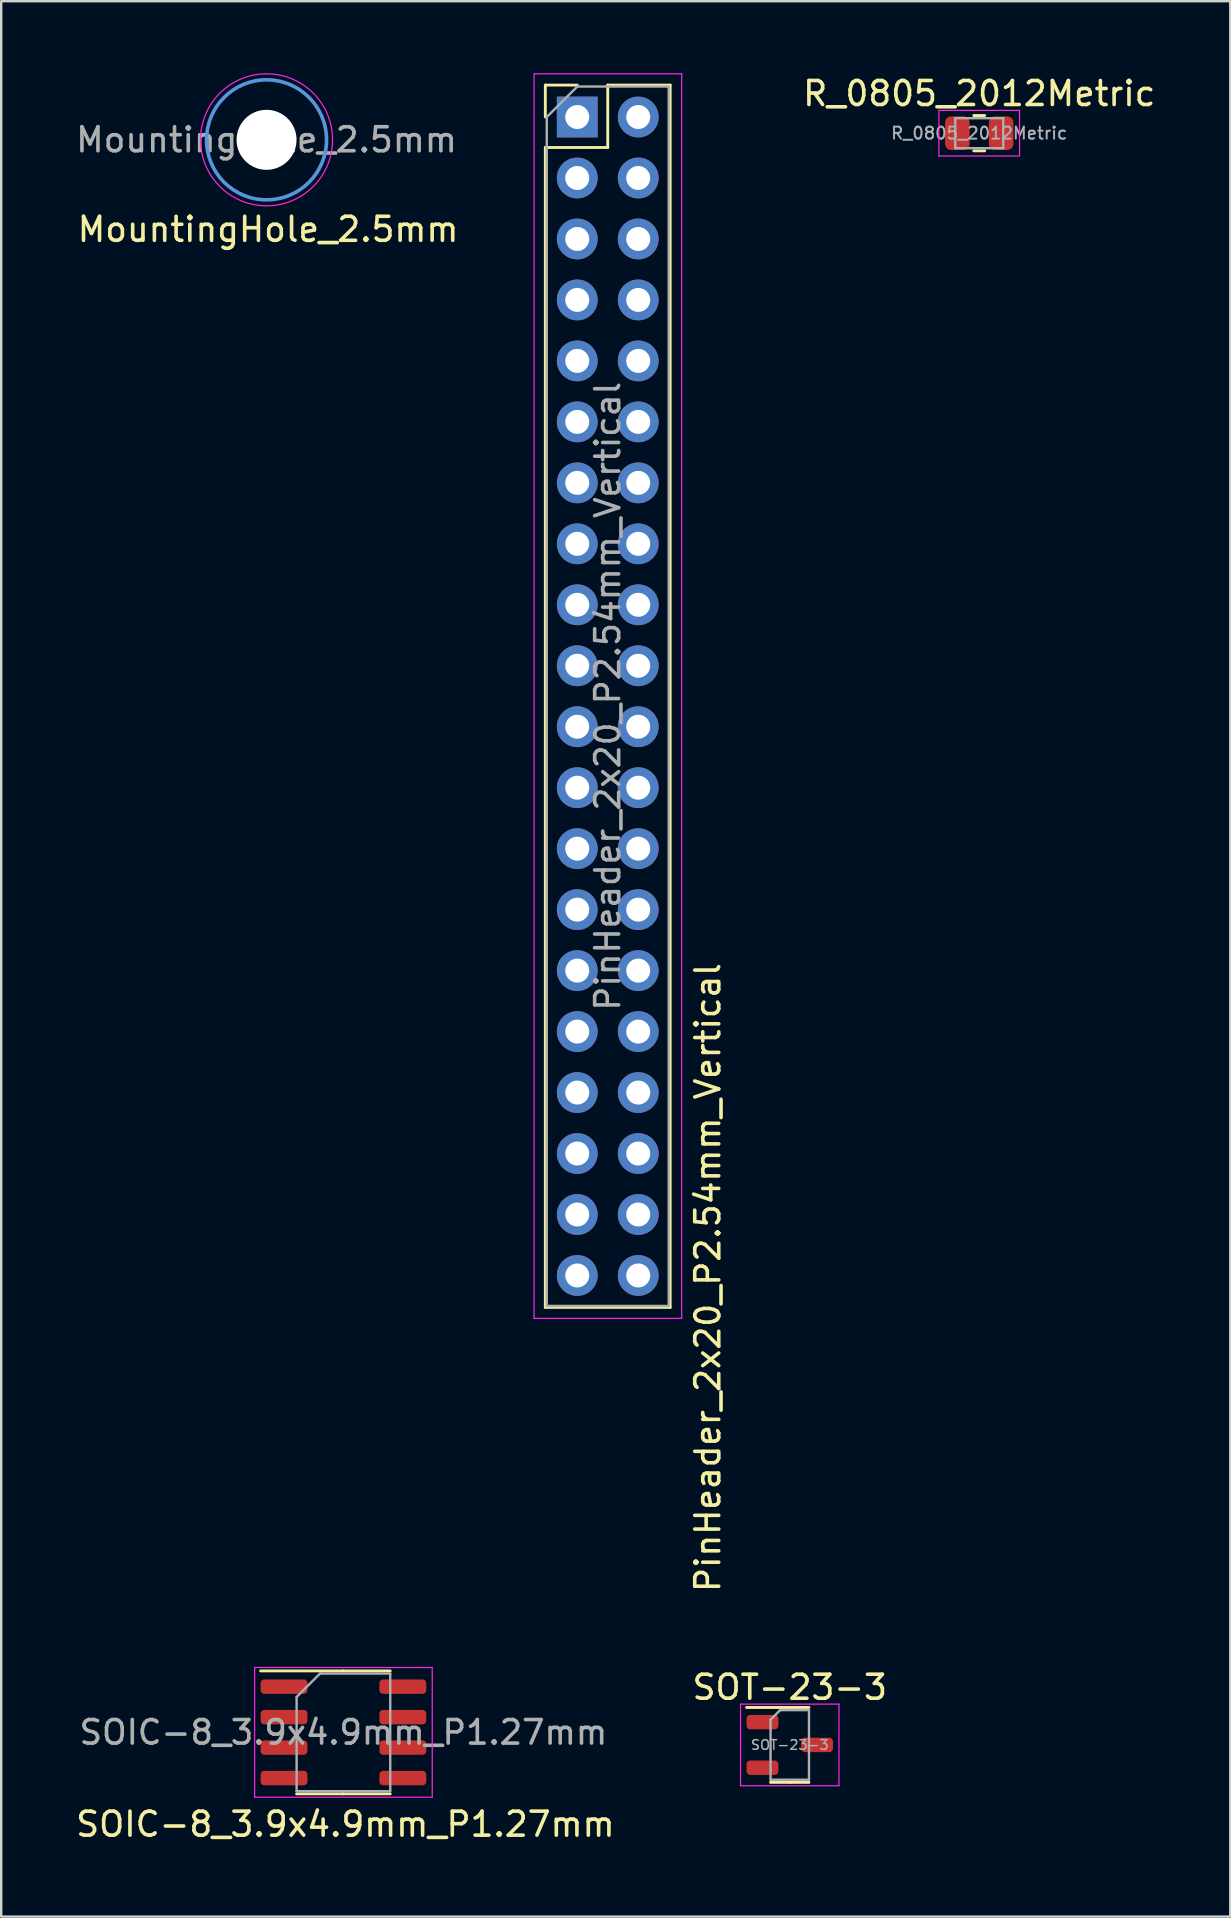
<source format=kicad_pcb>
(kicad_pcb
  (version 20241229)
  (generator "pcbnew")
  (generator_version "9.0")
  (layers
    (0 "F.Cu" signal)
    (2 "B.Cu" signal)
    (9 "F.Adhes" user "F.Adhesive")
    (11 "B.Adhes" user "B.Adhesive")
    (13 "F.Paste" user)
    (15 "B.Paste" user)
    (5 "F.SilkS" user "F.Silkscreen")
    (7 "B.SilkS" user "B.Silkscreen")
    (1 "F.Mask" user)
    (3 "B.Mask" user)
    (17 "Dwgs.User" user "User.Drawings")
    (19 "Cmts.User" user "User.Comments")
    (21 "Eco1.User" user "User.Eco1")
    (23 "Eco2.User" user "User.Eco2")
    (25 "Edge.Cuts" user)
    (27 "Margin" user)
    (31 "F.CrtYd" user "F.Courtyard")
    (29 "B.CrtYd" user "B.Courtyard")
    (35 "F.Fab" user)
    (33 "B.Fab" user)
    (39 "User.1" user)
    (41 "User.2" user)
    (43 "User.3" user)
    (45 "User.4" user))
  (footprint "PinHeader_2x20_P2.54mm_Vertical"
    (layer "F.Cu")
    (at 20.998 1.825)
    (property "Reference" "PinHeader_2x20_P2.54mm_Vertical" (at 5.439 48.348 270) (layer "F.SilkS") (effects (font (size 1 1) (thickness 0.15))))
    (attr through_hole)
    (fp_line (start -1.33 -1.33) (end 0 -1.33) (stroke (width 0.12) (type solid)) (layer "F.SilkS"))
    (fp_line (start -1.33 0) (end -1.33 -1.33) (stroke (width 0.12) (type solid)) (layer "F.SilkS"))
    (fp_line (start -1.33 1.27) (end -1.33 49.59) (stroke (width 0.12) (type solid)) (layer "F.SilkS"))
    (fp_line (start -1.33 1.27) (end 1.27 1.27) (stroke (width 0.12) (type solid)) (layer "F.SilkS"))
    (fp_line (start -1.33 49.59) (end 3.87 49.59) (stroke (width 0.12) (type solid)) (layer "F.SilkS"))
    (fp_line (start 1.27 -1.33) (end 3.87 -1.33) (stroke (width 0.12) (type solid)) (layer "F.SilkS"))
    (fp_line (start 1.27 1.27) (end 1.27 -1.33) (stroke (width 0.12) (type solid)) (layer "F.SilkS"))
    (fp_line (start 3.87 -1.33) (end 3.87 49.59) (stroke (width 0.12) (type solid)) (layer "F.SilkS"))
    (fp_line (start -1.8 -1.8) (end -1.8 50.05) (stroke (width 0.05) (type solid)) (layer "F.CrtYd"))
    (fp_line (start -1.8 50.05) (end 4.35 50.05) (stroke (width 0.05) (type solid)) (layer "F.CrtYd"))
    (fp_line (start 4.35 -1.8) (end -1.8 -1.8) (stroke (width 0.05) (type solid)) (layer "F.CrtYd"))
    (fp_line (start 4.35 50.05) (end 4.35 -1.8) (stroke (width 0.05) (type solid)) (layer "F.CrtYd"))
    (fp_line (start -1.27 0) (end 0 -1.27) (stroke (width 0.1) (type solid)) (layer "F.Fab"))
    (fp_line (start -1.27 49.53) (end -1.27 0) (stroke (width 0.1) (type solid)) (layer "F.Fab"))
    (fp_line (start 0 -1.27) (end 3.81 -1.27) (stroke (width 0.1) (type solid)) (layer "F.Fab"))
    (fp_line (start 3.81 -1.27) (end 3.81 49.53) (stroke (width 0.1) (type solid)) (layer "F.Fab"))
    (fp_line (start 3.81 49.53) (end -1.27 49.53) (stroke (width 0.1) (type solid)) (layer "F.Fab"))
    (fp_text user "${REFERENCE}" (at 1.27 24.13 90) (layer "F.Fab") (effects (font (size 1 1) (thickness 0.15))))
    (pad "1" thru_hole rect (at 0 0) (size 1.7 1.7) (drill 1) (layers "*.Cu" "*.Mask"))
    (pad "2" thru_hole oval (at 2.54 0) (size 1.7 1.7) (drill 1) (layers "*.Cu" "*.Mask"))
    (pad "3" thru_hole oval (at 0 2.54) (size 1.7 1.7) (drill 1) (layers "*.Cu" "*.Mask"))
    (pad "4" thru_hole oval (at 2.54 2.54) (size 1.7 1.7) (drill 1) (layers "*.Cu" "*.Mask"))
    (pad "5" thru_hole oval (at 0 5.08) (size 1.7 1.7) (drill 1) (layers "*.Cu" "*.Mask"))
    (pad "6" thru_hole oval (at 2.54 5.08) (size 1.7 1.7) (drill 1) (layers "*.Cu" "*.Mask"))
    (pad "7" thru_hole oval (at 0 7.62) (size 1.7 1.7) (drill 1) (layers "*.Cu" "*.Mask"))
    (pad "8" thru_hole oval (at 2.54 7.62) (size 1.7 1.7) (drill 1) (layers "*.Cu" "*.Mask"))
    (pad "9" thru_hole oval (at 0 10.16) (size 1.7 1.7) (drill 1) (layers "*.Cu" "*.Mask"))
    (pad "10" thru_hole oval (at 2.54 10.16) (size 1.7 1.7) (drill 1) (layers "*.Cu" "*.Mask"))
    (pad "11" thru_hole oval (at 0 12.7) (size 1.7 1.7) (drill 1) (layers "*.Cu" "*.Mask"))
    (pad "12" thru_hole oval (at 2.54 12.7) (size 1.7 1.7) (drill 1) (layers "*.Cu" "*.Mask"))
    (pad "13" thru_hole oval (at 0 15.24) (size 1.7 1.7) (drill 1) (layers "*.Cu" "*.Mask"))
    (pad "14" thru_hole oval (at 2.54 15.24) (size 1.7 1.7) (drill 1) (layers "*.Cu" "*.Mask"))
    (pad "15" thru_hole oval (at 0 17.78) (size 1.7 1.7) (drill 1) (layers "*.Cu" "*.Mask"))
    (pad "16" thru_hole oval (at 2.54 17.78) (size 1.7 1.7) (drill 1) (layers "*.Cu" "*.Mask"))
    (pad "17" thru_hole oval (at 0 20.32) (size 1.7 1.7) (drill 1) (layers "*.Cu" "*.Mask"))
    (pad "18" thru_hole oval (at 2.54 20.32) (size 1.7 1.7) (drill 1) (layers "*.Cu" "*.Mask"))
    (pad "19" thru_hole oval (at 0 22.86) (size 1.7 1.7) (drill 1) (layers "*.Cu" "*.Mask"))
    (pad "20" thru_hole oval (at 2.54 22.86) (size 1.7 1.7) (drill 1) (layers "*.Cu" "*.Mask"))
    (pad "21" thru_hole oval (at 0 25.4) (size 1.7 1.7) (drill 1) (layers "*.Cu" "*.Mask"))
    (pad "22" thru_hole oval (at 2.54 25.4) (size 1.7 1.7) (drill 1) (layers "*.Cu" "*.Mask"))
    (pad "23" thru_hole oval (at 0 27.94) (size 1.7 1.7) (drill 1) (layers "*.Cu" "*.Mask"))
    (pad "24" thru_hole oval (at 2.54 27.94) (size 1.7 1.7) (drill 1) (layers "*.Cu" "*.Mask"))
    (pad "25" thru_hole oval (at 0 30.48) (size 1.7 1.7) (drill 1) (layers "*.Cu" "*.Mask"))
    (pad "26" thru_hole oval (at 2.54 30.48) (size 1.7 1.7) (drill 1) (layers "*.Cu" "*.Mask"))
    (pad "27" thru_hole oval (at 0 33.02) (size 1.7 1.7) (drill 1) (layers "*.Cu" "*.Mask"))
    (pad "28" thru_hole oval (at 2.54 33.02) (size 1.7 1.7) (drill 1) (layers "*.Cu" "*.Mask"))
    (pad "29" thru_hole oval (at 0 35.56) (size 1.7 1.7) (drill 1) (layers "*.Cu" "*.Mask"))
    (pad "30" thru_hole oval (at 2.54 35.56) (size 1.7 1.7) (drill 1) (layers "*.Cu" "*.Mask"))
    (pad "31" thru_hole oval (at 0 38.1) (size 1.7 1.7) (drill 1) (layers "*.Cu" "*.Mask"))
    (pad "32" thru_hole oval (at 2.54 38.1) (size 1.7 1.7) (drill 1) (layers "*.Cu" "*.Mask"))
    (pad "33" thru_hole oval (at 0 40.64) (size 1.7 1.7) (drill 1) (layers "*.Cu" "*.Mask"))
    (pad "34" thru_hole oval (at 2.54 40.64) (size 1.7 1.7) (drill 1) (layers "*.Cu" "*.Mask"))
    (pad "35" thru_hole oval (at 0 43.18) (size 1.7 1.7) (drill 1) (layers "*.Cu" "*.Mask"))
    (pad "36" thru_hole oval (at 2.54 43.18) (size 1.7 1.7) (drill 1) (layers "*.Cu" "*.Mask"))
    (pad "37" thru_hole oval (at 0 45.72) (size 1.7 1.7) (drill 1) (layers "*.Cu" "*.Mask"))
    (pad "38" thru_hole oval (at 2.54 45.72) (size 1.7 1.7) (drill 1) (layers "*.Cu" "*.Mask"))
    (pad "39" thru_hole oval (at 0 48.26) (size 1.7 1.7) (drill 1) (layers "*.Cu" "*.Mask"))
    (pad "40" thru_hole oval (at 2.54 48.26) (size 1.7 1.7) (drill 1) (layers "*.Cu" "*.Mask")))
  (footprint "SOIC-8_3.9x4.9mm_P1.27mm"
    (layer "F.Cu")
    (at 11.257 69.119)
    (property "Reference" "SOIC-8_3.9x4.9mm_P1.27mm" (at 0.083 3.826 0) (layer "F.SilkS") (effects (font (size 1 1) (thickness 0.15))))
    (attr smd)
    (fp_line (start 0 -2.56) (end -3.45 -2.56) (stroke (width 0.12) (type solid)) (layer "F.SilkS"))
    (fp_line (start 0 -2.56) (end 1.95 -2.56) (stroke (width 0.12) (type solid)) (layer "F.SilkS"))
    (fp_line (start 0 2.56) (end -1.95 2.56) (stroke (width 0.12) (type solid)) (layer "F.SilkS"))
    (fp_line (start 0 2.56) (end 1.95 2.56) (stroke (width 0.12) (type solid)) (layer "F.SilkS"))
    (fp_line (start -3.7 -2.7) (end -3.7 2.7) (stroke (width 0.05) (type solid)) (layer "F.CrtYd"))
    (fp_line (start -3.7 2.7) (end 3.7 2.7) (stroke (width 0.05) (type solid)) (layer "F.CrtYd"))
    (fp_line (start 3.7 -2.7) (end -3.7 -2.7) (stroke (width 0.05) (type solid)) (layer "F.CrtYd"))
    (fp_line (start 3.7 2.7) (end 3.7 -2.7) (stroke (width 0.05) (type solid)) (layer "F.CrtYd"))
    (fp_line (start -1.95 -1.475) (end -0.975 -2.45) (stroke (width 0.1) (type solid)) (layer "F.Fab"))
    (fp_line (start -1.95 2.45) (end -1.95 -1.475) (stroke (width 0.1) (type solid)) (layer "F.Fab"))
    (fp_line (start -0.975 -2.45) (end 1.95 -2.45) (stroke (width 0.1) (type solid)) (layer "F.Fab"))
    (fp_line (start 1.95 -2.45) (end 1.95 2.45) (stroke (width 0.1) (type solid)) (layer "F.Fab"))
    (fp_line (start 1.95 2.45) (end -1.95 2.45) (stroke (width 0.1) (type solid)) (layer "F.Fab"))
    (fp_text user "${REFERENCE}" (at 0 0 0) (layer "F.Fab") (effects (font (size 0.98 0.98) (thickness 0.15))))
    (pad "1" smd roundrect (at -2.475 -1.905) (size 1.95 0.6) (layers "F.Cu" "F.Mask" "F.Paste") (roundrect_rratio 0.25))
    (pad "2" smd roundrect (at -2.475 -0.635) (size 1.95 0.6) (layers "F.Cu" "F.Mask" "F.Paste") (roundrect_rratio 0.25))
    (pad "3" smd roundrect (at -2.475 0.635) (size 1.95 0.6) (layers "F.Cu" "F.Mask" "F.Paste") (roundrect_rratio 0.25))
    (pad "4" smd roundrect (at -2.475 1.905) (size 1.95 0.6) (layers "F.Cu" "F.Mask" "F.Paste") (roundrect_rratio 0.25))
    (pad "5" smd roundrect (at 2.475 1.905) (size 1.95 0.6) (layers "F.Cu" "F.Mask" "F.Paste") (roundrect_rratio 0.25))
    (pad "6" smd roundrect (at 2.475 0.635) (size 1.95 0.6) (layers "F.Cu" "F.Mask" "F.Paste") (roundrect_rratio 0.25))
    (pad "7" smd roundrect (at 2.475 -0.635) (size 1.95 0.6) (layers "F.Cu" "F.Mask" "F.Paste") (roundrect_rratio 0.25))
    (pad "8" smd roundrect (at 2.475 -1.905) (size 1.95 0.6) (layers "F.Cu" "F.Mask" "F.Paste") (roundrect_rratio 0.25)))
  (footprint "SOT-23-3"
    (layer "F.Cu")
    (at 29.851 69.642)
    (property "Reference" "SOT-23-3" (at 0 -2.4 0) (layer "F.SilkS") (effects (font (size 1 1) (thickness 0.15))))
    (attr smd)
    (fp_line (start 0 -1.56) (end -1.8 -1.56) (stroke (width 0.12) (type solid)) (layer "F.SilkS"))
    (fp_line (start 0 -1.56) (end 0.8 -1.56) (stroke (width 0.12) (type solid)) (layer "F.SilkS"))
    (fp_line (start 0 1.56) (end -0.8 1.56) (stroke (width 0.12) (type solid)) (layer "F.SilkS"))
    (fp_line (start 0 1.56) (end 0.8 1.56) (stroke (width 0.12) (type solid)) (layer "F.SilkS"))
    (fp_line (start -2.05 -1.7) (end -2.05 1.7) (stroke (width 0.05) (type solid)) (layer "F.CrtYd"))
    (fp_line (start -2.05 1.7) (end 2.05 1.7) (stroke (width 0.05) (type solid)) (layer "F.CrtYd"))
    (fp_line (start 2.05 -1.7) (end -2.05 -1.7) (stroke (width 0.05) (type solid)) (layer "F.CrtYd"))
    (fp_line (start 2.05 1.7) (end 2.05 -1.7) (stroke (width 0.05) (type solid)) (layer "F.CrtYd"))
    (fp_line (start -0.8 -1.05) (end -0.4 -1.45) (stroke (width 0.1) (type solid)) (layer "F.Fab"))
    (fp_line (start -0.8 1.45) (end -0.8 -1.05) (stroke (width 0.1) (type solid)) (layer "F.Fab"))
    (fp_line (start -0.4 -1.45) (end 0.8 -1.45) (stroke (width 0.1) (type solid)) (layer "F.Fab"))
    (fp_line (start 0.8 -1.45) (end 0.8 1.45) (stroke (width 0.1) (type solid)) (layer "F.Fab"))
    (fp_line (start 0.8 1.45) (end -0.8 1.45) (stroke (width 0.1) (type solid)) (layer "F.Fab"))
    (fp_text user "${REFERENCE}" (at 0 0 0) (layer "F.Fab") (effects (font (size 0.4 0.4) (thickness 0.06))))
    (pad "1" smd roundrect (at -1.137 -0.95) (size 1.325 0.6) (layers "F.Cu" "F.Mask" "F.Paste") (roundrect_rratio 0.25))
    (pad "2" smd roundrect (at -1.137 0.95) (size 1.325 0.6) (layers "F.Cu" "F.Mask" "F.Paste") (roundrect_rratio 0.25))
    (pad "3" smd roundrect (at 1.137 0) (size 1.325 0.6) (layers "F.Cu" "F.Mask" "F.Paste") (roundrect_rratio 0.25)))
  (footprint "R_0805_2012Metric"
    (layer "F.Cu")
    (at 37.744 2.498)
    (property "Reference" "R_0805_2012Metric" (at 0 -1.65 0) (layer "F.SilkS") (effects (font (size 1 1) (thickness 0.15))))
    (attr smd)
    (fp_line (start -0.227 -0.735) (end 0.227 -0.735) (stroke (width 0.12) (type solid)) (layer "F.SilkS"))
    (fp_line (start -0.227 0.735) (end 0.227 0.735) (stroke (width 0.12) (type solid)) (layer "F.SilkS"))
    (fp_line (start -1.68 -0.95) (end 1.68 -0.95) (stroke (width 0.05) (type solid)) (layer "F.CrtYd"))
    (fp_line (start -1.68 0.95) (end -1.68 -0.95) (stroke (width 0.05) (type solid)) (layer "F.CrtYd"))
    (fp_line (start 1.68 -0.95) (end 1.68 0.95) (stroke (width 0.05) (type solid)) (layer "F.CrtYd"))
    (fp_line (start 1.68 0.95) (end -1.68 0.95) (stroke (width 0.05) (type solid)) (layer "F.CrtYd"))
    (fp_line (start -1 -0.625) (end 1 -0.625) (stroke (width 0.1) (type solid)) (layer "F.Fab"))
    (fp_line (start -1 0.625) (end -1 -0.625) (stroke (width 0.1) (type solid)) (layer "F.Fab"))
    (fp_line (start 1 -0.625) (end 1 0.625) (stroke (width 0.1) (type solid)) (layer "F.Fab"))
    (fp_line (start 1 0.625) (end -1 0.625) (stroke (width 0.1) (type solid)) (layer "F.Fab"))
    (fp_text user "${REFERENCE}" (at 0 0 0) (layer "F.Fab") (effects (font (size 0.5 0.5) (thickness 0.08))))
    (pad "1" smd roundrect (at -0.912 0) (size 1.025 1.4) (layers "F.Cu" "F.Mask" "F.Paste") (roundrect_rratio 0.244))
    (pad "2" smd roundrect (at 0.912 0) (size 1.025 1.4) (layers "F.Cu" "F.Mask" "F.Paste") (roundrect_rratio 0.244)))
  (footprint "MountingHole_2.5mm"
    (layer "F.Cu")
    (at 8.054 2.775)
    (property "Reference" "MountingHole_2.5mm" (at 0.066 3.73 180) (layer "F.SilkS") (effects (font (size 1 1) (thickness 0.15))))
    (attr exclude_from_pos_files)
    (fp_circle (center 0 0) (end 2.5 0) (stroke (width 0.15) (type solid)) (fill no) (layer "Cmts.User"))
    (fp_circle (center 0 0) (end 2.75 0) (stroke (width 0.05) (type solid)) (fill no) (layer "F.CrtYd"))
    (fp_text user "${REFERENCE}" (at 0 0 180) (layer "F.Fab") (effects (font (size 1 1) (thickness 0.15))))
    (pad "" np_thru_hole circle (at 0 0) (size 2.5 2.5) (drill 2.5) (layers "*.Cu" "*.Mask")))
  (gr_rect
    (start -3 -3)
    (end 48.202 76.793)
    (stroke (width 0.1) (type default))
    (fill no)
    (layer "Edge.Cuts")))
</source>
